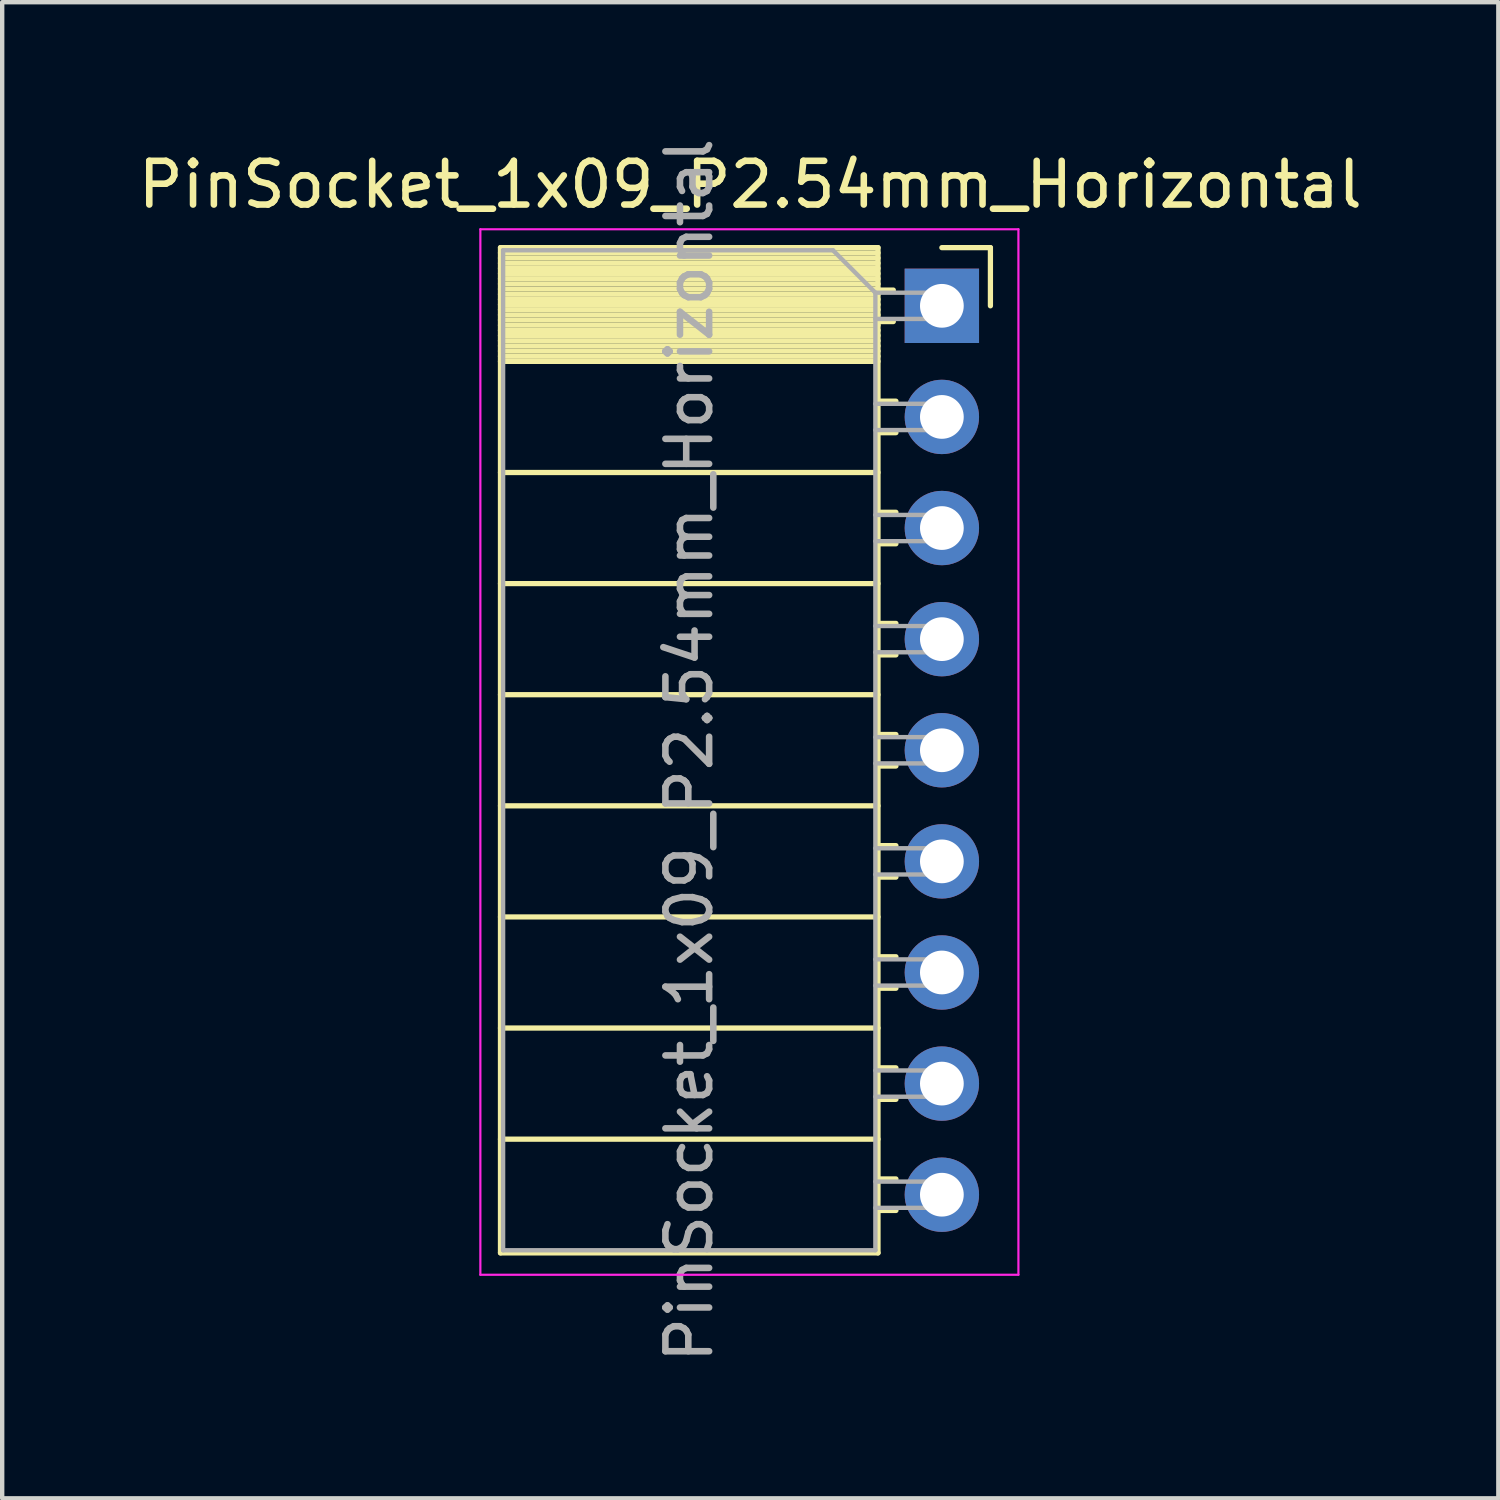
<source format=kicad_pcb>
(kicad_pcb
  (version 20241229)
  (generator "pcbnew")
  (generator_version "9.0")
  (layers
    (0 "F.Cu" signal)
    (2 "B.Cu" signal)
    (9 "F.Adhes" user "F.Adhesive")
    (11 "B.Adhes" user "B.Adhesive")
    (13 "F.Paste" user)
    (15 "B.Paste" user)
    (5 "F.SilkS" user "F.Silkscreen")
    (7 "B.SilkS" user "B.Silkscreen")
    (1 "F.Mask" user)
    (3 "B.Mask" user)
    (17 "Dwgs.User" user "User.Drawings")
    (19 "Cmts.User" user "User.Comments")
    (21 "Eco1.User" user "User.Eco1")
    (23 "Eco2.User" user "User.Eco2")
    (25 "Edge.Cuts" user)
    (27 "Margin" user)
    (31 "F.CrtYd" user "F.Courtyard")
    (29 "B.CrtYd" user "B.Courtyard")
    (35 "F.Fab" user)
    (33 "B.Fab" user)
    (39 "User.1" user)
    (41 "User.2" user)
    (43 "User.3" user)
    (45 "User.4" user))
  (footprint "PinSocket_1x09_P2.54mm_Horizontal"
    (layer "F.Cu")
    (at 18.481 3.941)
    (property "Reference" "PinSocket_1x09_P2.54mm_Horizontal" (at -4.38 -2.77 0) (layer "F.SilkS") (effects (font (size 1 1) (thickness 0.15))))
    (attr through_hole)
    (fp_line (start -10.09 -1.33) (end -10.09 21.65) (stroke (width 0.12) (type solid)) (layer "F.SilkS"))
    (fp_line (start -10.09 -1.33) (end -1.46 -1.33) (stroke (width 0.12) (type solid)) (layer "F.SilkS"))
    (fp_line (start -10.09 -1.21) (end -1.46 -1.21) (stroke (width 0.12) (type solid)) (layer "F.SilkS"))
    (fp_line (start -10.09 -1.092) (end -1.46 -1.092) (stroke (width 0.12) (type solid)) (layer "F.SilkS"))
    (fp_line (start -10.09 -0.974) (end -1.46 -0.974) (stroke (width 0.12) (type solid)) (layer "F.SilkS"))
    (fp_line (start -10.09 -0.856) (end -1.46 -0.856) (stroke (width 0.12) (type solid)) (layer "F.SilkS"))
    (fp_line (start -10.09 -0.738) (end -1.46 -0.738) (stroke (width 0.12) (type solid)) (layer "F.SilkS"))
    (fp_line (start -10.09 -0.62) (end -1.46 -0.62) (stroke (width 0.12) (type solid)) (layer "F.SilkS"))
    (fp_line (start -10.09 -0.501) (end -1.46 -0.501) (stroke (width 0.12) (type solid)) (layer "F.SilkS"))
    (fp_line (start -10.09 -0.383) (end -1.46 -0.383) (stroke (width 0.12) (type solid)) (layer "F.SilkS"))
    (fp_line (start -10.09 -0.265) (end -1.46 -0.265) (stroke (width 0.12) (type solid)) (layer "F.SilkS"))
    (fp_line (start -10.09 -0.147) (end -1.46 -0.147) (stroke (width 0.12) (type solid)) (layer "F.SilkS"))
    (fp_line (start -10.09 -0.029) (end -1.46 -0.029) (stroke (width 0.12) (type solid)) (layer "F.SilkS"))
    (fp_line (start -10.09 0.089) (end -1.46 0.089) (stroke (width 0.12) (type solid)) (layer "F.SilkS"))
    (fp_line (start -10.09 0.207) (end -1.46 0.207) (stroke (width 0.12) (type solid)) (layer "F.SilkS"))
    (fp_line (start -10.09 0.325) (end -1.46 0.325) (stroke (width 0.12) (type solid)) (layer "F.SilkS"))
    (fp_line (start -10.09 0.443) (end -1.46 0.443) (stroke (width 0.12) (type solid)) (layer "F.SilkS"))
    (fp_line (start -10.09 0.561) (end -1.46 0.561) (stroke (width 0.12) (type solid)) (layer "F.SilkS"))
    (fp_line (start -10.09 0.68) (end -1.46 0.68) (stroke (width 0.12) (type solid)) (layer "F.SilkS"))
    (fp_line (start -10.09 0.798) (end -1.46 0.798) (stroke (width 0.12) (type solid)) (layer "F.SilkS"))
    (fp_line (start -10.09 0.916) (end -1.46 0.916) (stroke (width 0.12) (type solid)) (layer "F.SilkS"))
    (fp_line (start -10.09 1.034) (end -1.46 1.034) (stroke (width 0.12) (type solid)) (layer "F.SilkS"))
    (fp_line (start -10.09 1.152) (end -1.46 1.152) (stroke (width 0.12) (type solid)) (layer "F.SilkS"))
    (fp_line (start -10.09 1.27) (end -1.46 1.27) (stroke (width 0.12) (type solid)) (layer "F.SilkS"))
    (fp_line (start -10.09 3.81) (end -1.46 3.81) (stroke (width 0.12) (type solid)) (layer "F.SilkS"))
    (fp_line (start -10.09 6.35) (end -1.46 6.35) (stroke (width 0.12) (type solid)) (layer "F.SilkS"))
    (fp_line (start -10.09 8.89) (end -1.46 8.89) (stroke (width 0.12) (type solid)) (layer "F.SilkS"))
    (fp_line (start -10.09 11.43) (end -1.46 11.43) (stroke (width 0.12) (type solid)) (layer "F.SilkS"))
    (fp_line (start -10.09 13.97) (end -1.46 13.97) (stroke (width 0.12) (type solid)) (layer "F.SilkS"))
    (fp_line (start -10.09 16.51) (end -1.46 16.51) (stroke (width 0.12) (type solid)) (layer "F.SilkS"))
    (fp_line (start -10.09 19.05) (end -1.46 19.05) (stroke (width 0.12) (type solid)) (layer "F.SilkS"))
    (fp_line (start -10.09 21.65) (end -1.46 21.65) (stroke (width 0.12) (type solid)) (layer "F.SilkS"))
    (fp_line (start -1.46 -1.33) (end -1.46 21.65) (stroke (width 0.12) (type solid)) (layer "F.SilkS"))
    (fp_line (start -1.46 -0.36) (end -1.11 -0.36) (stroke (width 0.12) (type solid)) (layer "F.SilkS"))
    (fp_line (start -1.46 0.36) (end -1.11 0.36) (stroke (width 0.12) (type solid)) (layer "F.SilkS"))
    (fp_line (start -1.46 2.18) (end -1.05 2.18) (stroke (width 0.12) (type solid)) (layer "F.SilkS"))
    (fp_line (start -1.46 2.9) (end -1.05 2.9) (stroke (width 0.12) (type solid)) (layer "F.SilkS"))
    (fp_line (start -1.46 4.72) (end -1.05 4.72) (stroke (width 0.12) (type solid)) (layer "F.SilkS"))
    (fp_line (start -1.46 5.44) (end -1.05 5.44) (stroke (width 0.12) (type solid)) (layer "F.SilkS"))
    (fp_line (start -1.46 7.26) (end -1.05 7.26) (stroke (width 0.12) (type solid)) (layer "F.SilkS"))
    (fp_line (start -1.46 7.98) (end -1.05 7.98) (stroke (width 0.12) (type solid)) (layer "F.SilkS"))
    (fp_line (start -1.46 9.8) (end -1.05 9.8) (stroke (width 0.12) (type solid)) (layer "F.SilkS"))
    (fp_line (start -1.46 10.52) (end -1.05 10.52) (stroke (width 0.12) (type solid)) (layer "F.SilkS"))
    (fp_line (start -1.46 12.34) (end -1.05 12.34) (stroke (width 0.12) (type solid)) (layer "F.SilkS"))
    (fp_line (start -1.46 13.06) (end -1.05 13.06) (stroke (width 0.12) (type solid)) (layer "F.SilkS"))
    (fp_line (start -1.46 14.88) (end -1.05 14.88) (stroke (width 0.12) (type solid)) (layer "F.SilkS"))
    (fp_line (start -1.46 15.6) (end -1.05 15.6) (stroke (width 0.12) (type solid)) (layer "F.SilkS"))
    (fp_line (start -1.46 17.42) (end -1.05 17.42) (stroke (width 0.12) (type solid)) (layer "F.SilkS"))
    (fp_line (start -1.46 18.14) (end -1.05 18.14) (stroke (width 0.12) (type solid)) (layer "F.SilkS"))
    (fp_line (start -1.46 19.96) (end -1.05 19.96) (stroke (width 0.12) (type solid)) (layer "F.SilkS"))
    (fp_line (start -1.46 20.68) (end -1.05 20.68) (stroke (width 0.12) (type solid)) (layer "F.SilkS"))
    (fp_line (start 0 -1.33) (end 1.11 -1.33) (stroke (width 0.12) (type solid)) (layer "F.SilkS"))
    (fp_line (start 1.11 -1.33) (end 1.11 0) (stroke (width 0.12) (type solid)) (layer "F.SilkS"))
    (fp_line (start -10.55 -1.75) (end -10.55 22.15) (stroke (width 0.05) (type solid)) (layer "F.CrtYd"))
    (fp_line (start -10.55 22.15) (end 1.75 22.15) (stroke (width 0.05) (type solid)) (layer "F.CrtYd"))
    (fp_line (start 1.75 -1.75) (end -10.55 -1.75) (stroke (width 0.05) (type solid)) (layer "F.CrtYd"))
    (fp_line (start 1.75 22.15) (end 1.75 -1.75) (stroke (width 0.05) (type solid)) (layer "F.CrtYd"))
    (fp_line (start -10.03 -1.27) (end -2.49 -1.27) (stroke (width 0.1) (type solid)) (layer "F.Fab"))
    (fp_line (start -10.03 21.59) (end -10.03 -1.27) (stroke (width 0.1) (type solid)) (layer "F.Fab"))
    (fp_line (start -2.49 -1.27) (end -1.52 -0.3) (stroke (width 0.1) (type solid)) (layer "F.Fab"))
    (fp_line (start -1.52 -0.3) (end -1.52 21.59) (stroke (width 0.1) (type solid)) (layer "F.Fab"))
    (fp_line (start -1.52 0.3) (end 0 0.3) (stroke (width 0.1) (type solid)) (layer "F.Fab"))
    (fp_line (start -1.52 2.84) (end 0 2.84) (stroke (width 0.1) (type solid)) (layer "F.Fab"))
    (fp_line (start -1.52 5.38) (end 0 5.38) (stroke (width 0.1) (type solid)) (layer "F.Fab"))
    (fp_line (start -1.52 7.92) (end 0 7.92) (stroke (width 0.1) (type solid)) (layer "F.Fab"))
    (fp_line (start -1.52 10.46) (end 0 10.46) (stroke (width 0.1) (type solid)) (layer "F.Fab"))
    (fp_line (start -1.52 13) (end 0 13) (stroke (width 0.1) (type solid)) (layer "F.Fab"))
    (fp_line (start -1.52 15.54) (end 0 15.54) (stroke (width 0.1) (type solid)) (layer "F.Fab"))
    (fp_line (start -1.52 18.08) (end 0 18.08) (stroke (width 0.1) (type solid)) (layer "F.Fab"))
    (fp_line (start -1.52 20.62) (end 0 20.62) (stroke (width 0.1) (type solid)) (layer "F.Fab"))
    (fp_line (start -1.52 21.59) (end -10.03 21.59) (stroke (width 0.1) (type solid)) (layer "F.Fab"))
    (fp_line (start 0 -0.3) (end -1.52 -0.3) (stroke (width 0.1) (type solid)) (layer "F.Fab"))
    (fp_line (start 0 0.3) (end 0 -0.3) (stroke (width 0.1) (type solid)) (layer "F.Fab"))
    (fp_line (start 0 2.24) (end -1.52 2.24) (stroke (width 0.1) (type solid)) (layer "F.Fab"))
    (fp_line (start 0 2.84) (end 0 2.24) (stroke (width 0.1) (type solid)) (layer "F.Fab"))
    (fp_line (start 0 4.78) (end -1.52 4.78) (stroke (width 0.1) (type solid)) (layer "F.Fab"))
    (fp_line (start 0 5.38) (end 0 4.78) (stroke (width 0.1) (type solid)) (layer "F.Fab"))
    (fp_line (start 0 7.32) (end -1.52 7.32) (stroke (width 0.1) (type solid)) (layer "F.Fab"))
    (fp_line (start 0 7.92) (end 0 7.32) (stroke (width 0.1) (type solid)) (layer "F.Fab"))
    (fp_line (start 0 9.86) (end -1.52 9.86) (stroke (width 0.1) (type solid)) (layer "F.Fab"))
    (fp_line (start 0 10.46) (end 0 9.86) (stroke (width 0.1) (type solid)) (layer "F.Fab"))
    (fp_line (start 0 12.4) (end -1.52 12.4) (stroke (width 0.1) (type solid)) (layer "F.Fab"))
    (fp_line (start 0 13) (end 0 12.4) (stroke (width 0.1) (type solid)) (layer "F.Fab"))
    (fp_line (start 0 14.94) (end -1.52 14.94) (stroke (width 0.1) (type solid)) (layer "F.Fab"))
    (fp_line (start 0 15.54) (end 0 14.94) (stroke (width 0.1) (type solid)) (layer "F.Fab"))
    (fp_line (start 0 17.48) (end -1.52 17.48) (stroke (width 0.1) (type solid)) (layer "F.Fab"))
    (fp_line (start 0 18.08) (end 0 17.48) (stroke (width 0.1) (type solid)) (layer "F.Fab"))
    (fp_line (start 0 20.02) (end -1.52 20.02) (stroke (width 0.1) (type solid)) (layer "F.Fab"))
    (fp_line (start 0 20.62) (end 0 20.02) (stroke (width 0.1) (type solid)) (layer "F.Fab"))
    (fp_text user "${REFERENCE}" (at -5.775 10.16 90) (layer "F.Fab") (effects (font (size 1 1) (thickness 0.15))))
    (pad "1" thru_hole rect (at 0 0) (size 1.7 1.7) (drill 1) (layers "*.Cu" "*.Mask"))
    (pad "2" thru_hole oval (at 0 2.54) (size 1.7 1.7) (drill 1) (layers "*.Cu" "*.Mask"))
    (pad "3" thru_hole oval (at 0 5.08) (size 1.7 1.7) (drill 1) (layers "*.Cu" "*.Mask"))
    (pad "4" thru_hole oval (at 0 7.62) (size 1.7 1.7) (drill 1) (layers "*.Cu" "*.Mask"))
    (pad "5" thru_hole oval (at 0 10.16) (size 1.7 1.7) (drill 1) (layers "*.Cu" "*.Mask"))
    (pad "6" thru_hole oval (at 0 12.7) (size 1.7 1.7) (drill 1) (layers "*.Cu" "*.Mask"))
    (pad "7" thru_hole oval (at 0 15.24) (size 1.7 1.7) (drill 1) (layers "*.Cu" "*.Mask"))
    (pad "8" thru_hole oval (at 0 17.78) (size 1.7 1.7) (drill 1) (layers "*.Cu" "*.Mask"))
    (pad "9" thru_hole oval (at 0 20.32) (size 1.7 1.7) (drill 1) (layers "*.Cu" "*.Mask")))
  (gr_rect
    (start -3 -3)
    (end 31.202 31.202)
    (stroke (width 0.1) (type default))
    (fill no)
    (layer "Edge.Cuts")))
</source>
